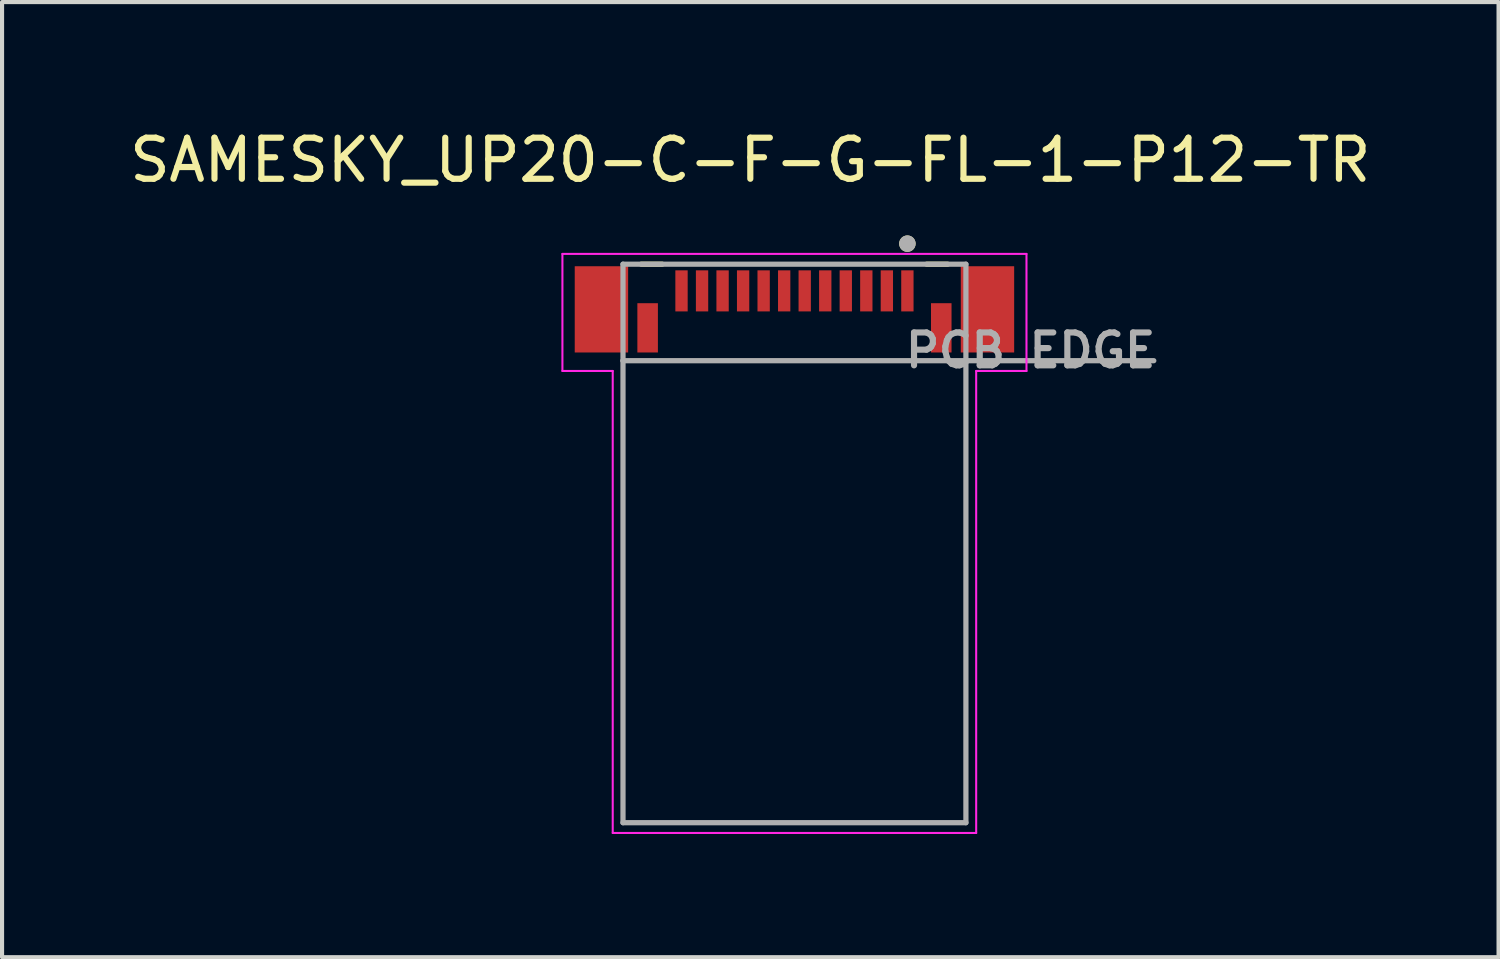
<source format=kicad_pcb>
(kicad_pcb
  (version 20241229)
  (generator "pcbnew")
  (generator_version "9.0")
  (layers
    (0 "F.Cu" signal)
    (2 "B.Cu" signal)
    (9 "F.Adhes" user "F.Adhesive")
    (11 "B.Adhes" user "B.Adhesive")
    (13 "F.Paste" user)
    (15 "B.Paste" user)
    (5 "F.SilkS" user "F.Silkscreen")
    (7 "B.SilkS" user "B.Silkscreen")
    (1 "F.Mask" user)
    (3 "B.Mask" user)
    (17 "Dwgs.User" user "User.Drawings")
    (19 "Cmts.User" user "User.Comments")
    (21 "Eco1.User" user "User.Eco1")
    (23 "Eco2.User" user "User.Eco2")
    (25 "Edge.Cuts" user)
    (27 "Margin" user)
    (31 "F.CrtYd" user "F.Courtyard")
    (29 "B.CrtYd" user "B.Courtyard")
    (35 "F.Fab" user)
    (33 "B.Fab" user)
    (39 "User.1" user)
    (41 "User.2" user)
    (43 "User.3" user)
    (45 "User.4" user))
  (footprint "SAMESKY_UP20-C-F-G-FL-1-P12-TR"
    (layer "F.Cu")
    (at 16.295 4.483)
    (property "Reference" "SAMESKY_UP20-C-F-G-FL-1-P12-TR" (at -1.075 -3.635 0) (layer "F.SilkS") (effects (font (size 1 1) (thickness 0.15))))
    (attr smd)
    (fp_line (start -3.73 -1.1) (end -3.22 -1.1) (stroke (width 0.127) (type solid)) (layer "F.SilkS"))
    (fp_line (start 3.22 -1.1) (end 3.73 -1.1) (stroke (width 0.127) (type solid)) (layer "F.SilkS"))
    (fp_circle (center 2.75 -1.6) (end 2.85 -1.6) (stroke (width 0.2) (type solid)) (fill no) (layer "F.SilkS"))
    (fp_line (start -5.65 -1.35) (end 5.65 -1.35) (stroke (width 0.05) (type solid)) (layer "F.CrtYd"))
    (fp_line (start -5.65 1.5) (end -5.65 -1.35) (stroke (width 0.05) (type solid)) (layer "F.CrtYd"))
    (fp_line (start -4.425 1.5) (end -5.65 1.5) (stroke (width 0.05) (type solid)) (layer "F.CrtYd"))
    (fp_line (start -4.425 12.75) (end -4.425 1.5) (stroke (width 0.05) (type solid)) (layer "F.CrtYd"))
    (fp_line (start 4.425 1.5) (end 4.425 12.75) (stroke (width 0.05) (type solid)) (layer "F.CrtYd"))
    (fp_line (start 4.425 12.75) (end -4.425 12.75) (stroke (width 0.05) (type solid)) (layer "F.CrtYd"))
    (fp_line (start 5.65 -1.35) (end 5.65 1.5) (stroke (width 0.05) (type solid)) (layer "F.CrtYd"))
    (fp_line (start 5.65 1.5) (end 4.425 1.5) (stroke (width 0.05) (type solid)) (layer "F.CrtYd"))
    (fp_line (start -4.175 -1.1) (end 4.175 -1.1) (stroke (width 0.127) (type solid)) (layer "F.Fab"))
    (fp_line (start -4.175 1.25) (end -4.175 -1.1) (stroke (width 0.127) (type solid)) (layer "F.Fab"))
    (fp_line (start -4.175 1.25) (end 8.75 1.25) (stroke (width 0.127) (type solid)) (layer "F.Fab"))
    (fp_line (start -4.175 12.5) (end -4.175 1.25) (stroke (width 0.127) (type solid)) (layer "F.Fab"))
    (fp_line (start 4.175 -1.1) (end 4.175 12.5) (stroke (width 0.127) (type solid)) (layer "F.Fab"))
    (fp_line (start 4.175 12.5) (end -4.175 12.5) (stroke (width 0.127) (type solid)) (layer "F.Fab"))
    (fp_circle (center 2.75 -1.6) (end 2.85 -1.6) (stroke (width 0.2) (type solid)) (fill no) (layer "F.Fab"))
    (fp_text user "PCB EDGE" (at 5.75 1 0) (layer "F.Fab") (effects (font (size 0.8 0.8) (thickness 0.15))))
    (pad "A1" smd rect (at 2.75 -0.45) (size 0.3 1) (layers "F.Cu" "F.Mask" "F.Paste"))
    (pad "A2" smd rect (at 2.25 -0.45) (size 0.3 1) (layers "F.Cu" "F.Mask" "F.Paste"))
    (pad "A3" smd rect (at 1.75 -0.45) (size 0.3 1) (layers "F.Cu" "F.Mask" "F.Paste"))
    (pad "A4" smd rect (at 1.25 -0.45) (size 0.3 1) (layers "F.Cu" "F.Mask" "F.Paste"))
    (pad "A5" smd rect (at -1.25 -0.45) (size 0.3 1) (layers "F.Cu" "F.Mask" "F.Paste"))
    (pad "A6" smd rect (at -1.75 -0.45) (size 0.3 1) (layers "F.Cu" "F.Mask" "F.Paste"))
    (pad "A7" smd rect (at -2.25 -0.45) (size 0.3 1) (layers "F.Cu" "F.Mask" "F.Paste"))
    (pad "A12" smd rect (at -2.75 -0.45) (size 0.3 1) (layers "F.Cu" "F.Mask" "F.Paste"))
    (pad "B9" smd rect (at -0.75 -0.45) (size 0.3 1) (layers "F.Cu" "F.Mask" "F.Paste"))
    (pad "B10" smd rect (at -0.25 -0.45) (size 0.3 1) (layers "F.Cu" "F.Mask" "F.Paste"))
    (pad "B11" smd rect (at 0.25 -0.45) (size 0.3 1) (layers "F.Cu" "F.Mask" "F.Paste"))
    (pad "B12" smd rect (at 0.75 -0.45) (size 0.3 1) (layers "F.Cu" "F.Mask" "F.Paste"))
    (pad "G1" smd rect (at -4.7 0) (size 1.3 2.1) (layers "F.Cu" "F.Mask" "F.Paste"))
    (pad "G2" smd rect (at -3.575 0.45) (size 0.5 1.2) (layers "F.Cu" "F.Mask" "F.Paste"))
    (pad "G3" smd rect (at 3.575 0.45) (size 0.5 1.2) (layers "F.Cu" "F.Mask" "F.Paste"))
    (pad "G4" smd rect (at 4.7 0) (size 1.3 2.1) (layers "F.Cu" "F.Mask" "F.Paste")))
  (gr_rect
    (start -3 -3)
    (end 33.44 20.258)
    (stroke (width 0.1) (type default))
    (fill no)
    (layer "Edge.Cuts")))
</source>
